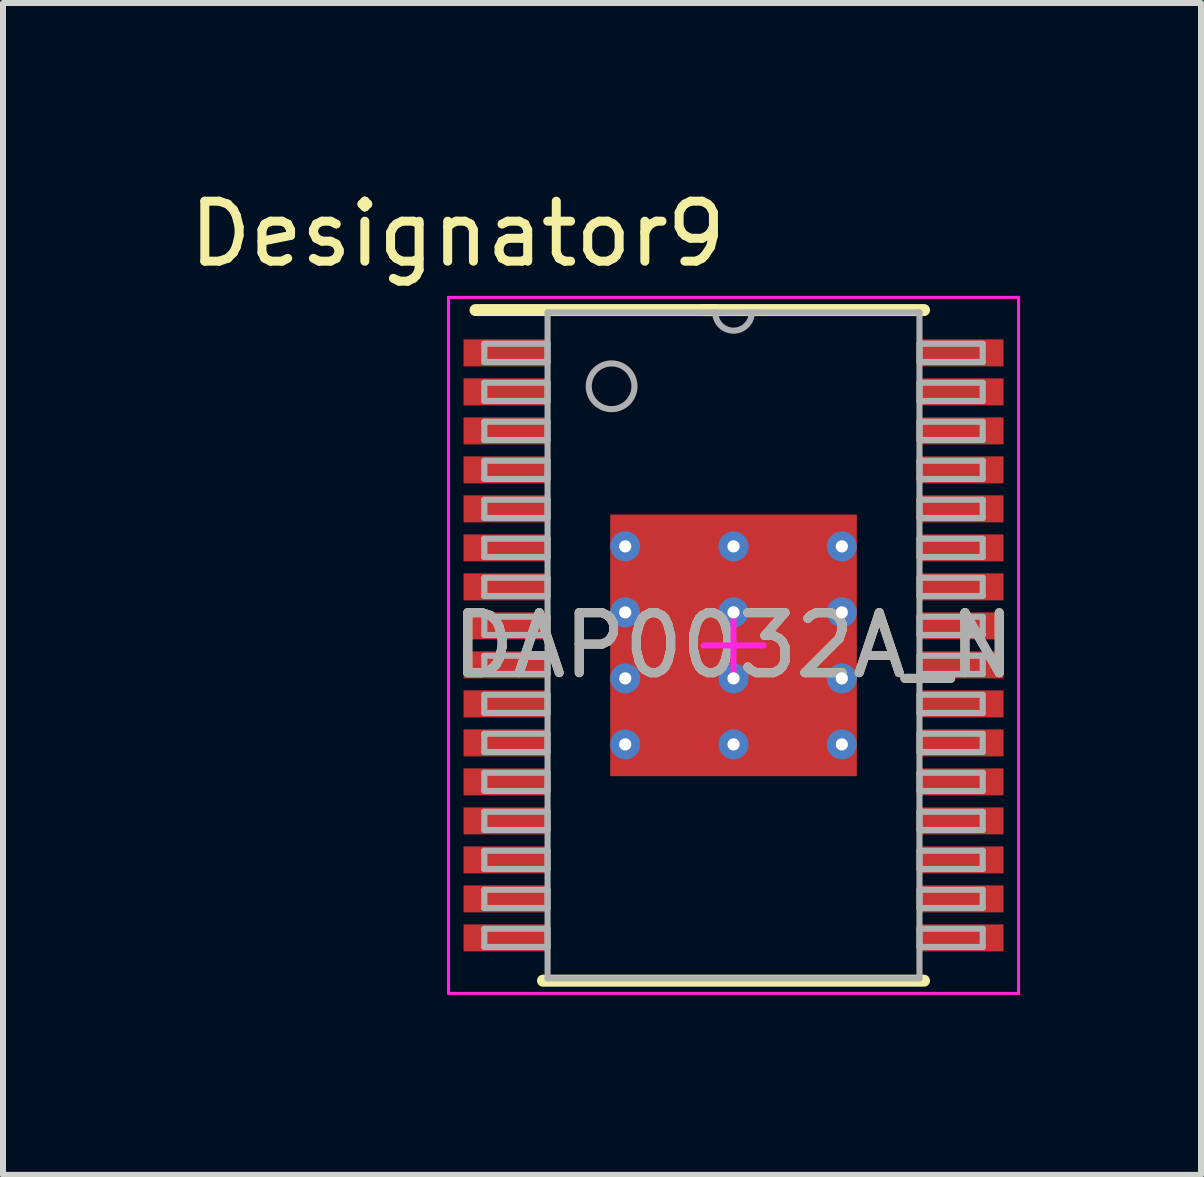
<source format=kicad_pcb>
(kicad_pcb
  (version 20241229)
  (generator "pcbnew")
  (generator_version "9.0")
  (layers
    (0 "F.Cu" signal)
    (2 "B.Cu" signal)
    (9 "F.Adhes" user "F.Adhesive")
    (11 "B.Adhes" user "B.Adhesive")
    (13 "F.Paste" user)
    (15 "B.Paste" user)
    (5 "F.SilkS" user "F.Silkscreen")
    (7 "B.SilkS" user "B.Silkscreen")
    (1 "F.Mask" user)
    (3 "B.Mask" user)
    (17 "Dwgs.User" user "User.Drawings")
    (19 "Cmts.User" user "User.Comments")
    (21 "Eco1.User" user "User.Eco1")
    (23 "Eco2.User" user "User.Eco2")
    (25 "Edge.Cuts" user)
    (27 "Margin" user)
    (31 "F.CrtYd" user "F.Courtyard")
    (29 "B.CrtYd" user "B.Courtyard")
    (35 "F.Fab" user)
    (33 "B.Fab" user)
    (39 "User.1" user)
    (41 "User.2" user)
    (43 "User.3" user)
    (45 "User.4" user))
  (footprint "DAP0032A_N"
    (layer "F.Cu")
    (at 9.175 7.706)
    (property "Reference" "DAP0032A_N" (at 0 0 0) (unlocked yes) (layer "F.SilkS") (effects (font (size 1 1) (thickness 0.15))))
    (attr smd)
    (fp_line (start -4.3 -5.588) (end -0.305 -5.588) (stroke (width 0.2) (type solid)) (layer "F.SilkS"))
    (fp_line (start -3.175 5.588) (end 3.175 5.588) (stroke (width 0.2) (type solid)) (layer "F.SilkS"))
    (fp_line (start -0.5 -5.588) (end 3.175 -5.588) (stroke (width 0.2) (type solid)) (layer "F.SilkS"))
    (fp_line (start -4.75 -5.8) (end 4.75 -5.8) (stroke (width 0.05) (type solid)) (layer "F.CrtYd"))
    (fp_line (start -4.75 5.8) (end -4.75 -5.8) (stroke (width 0.05) (type solid)) (layer "F.CrtYd"))
    (fp_line (start -4.75 5.8) (end 4.75 5.8) (stroke (width 0.05) (type solid)) (layer "F.CrtYd"))
    (fp_line (start -0.5 0) (end 0.5 0) (stroke (width 0.1) (type solid)) (layer "F.CrtYd"))
    (fp_line (start 0 0.5) (end 0 -0.5) (stroke (width 0.1) (type solid)) (layer "F.CrtYd"))
    (fp_line (start 4.75 5.8) (end 4.75 -5.8) (stroke (width 0.05) (type solid)) (layer "F.CrtYd"))
    (fp_line (start -4.153 -5.027) (end -3.099 -5.027) (stroke (width 0.102) (type solid)) (layer "F.Fab"))
    (fp_line (start -4.153 -4.723) (end -4.153 -5.027) (stroke (width 0.102) (type solid)) (layer "F.Fab"))
    (fp_line (start -4.153 -4.723) (end -3.099 -4.723) (stroke (width 0.102) (type solid)) (layer "F.Fab"))
    (fp_line (start -4.153 -4.377) (end -3.099 -4.377) (stroke (width 0.102) (type solid)) (layer "F.Fab"))
    (fp_line (start -4.153 -4.073) (end -4.153 -4.377) (stroke (width 0.102) (type solid)) (layer "F.Fab"))
    (fp_line (start -4.153 -4.073) (end -3.099 -4.073) (stroke (width 0.102) (type solid)) (layer "F.Fab"))
    (fp_line (start -4.153 -3.727) (end -3.099 -3.727) (stroke (width 0.102) (type solid)) (layer "F.Fab"))
    (fp_line (start -4.153 -3.423) (end -4.153 -3.727) (stroke (width 0.102) (type solid)) (layer "F.Fab"))
    (fp_line (start -4.153 -3.423) (end -3.099 -3.423) (stroke (width 0.102) (type solid)) (layer "F.Fab"))
    (fp_line (start -4.153 -3.077) (end -3.099 -3.077) (stroke (width 0.102) (type solid)) (layer "F.Fab"))
    (fp_line (start -4.153 -2.773) (end -4.153 -3.077) (stroke (width 0.102) (type solid)) (layer "F.Fab"))
    (fp_line (start -4.153 -2.773) (end -3.099 -2.773) (stroke (width 0.102) (type solid)) (layer "F.Fab"))
    (fp_line (start -4.153 -2.427) (end -3.099 -2.427) (stroke (width 0.102) (type solid)) (layer "F.Fab"))
    (fp_line (start -4.153 -2.123) (end -4.153 -2.427) (stroke (width 0.102) (type solid)) (layer "F.Fab"))
    (fp_line (start -4.153 -2.123) (end -3.099 -2.123) (stroke (width 0.102) (type solid)) (layer "F.Fab"))
    (fp_line (start -4.153 -1.777) (end -3.099 -1.777) (stroke (width 0.102) (type solid)) (layer "F.Fab"))
    (fp_line (start -4.153 -1.473) (end -4.153 -1.777) (stroke (width 0.102) (type solid)) (layer "F.Fab"))
    (fp_line (start -4.153 -1.473) (end -3.099 -1.473) (stroke (width 0.102) (type solid)) (layer "F.Fab"))
    (fp_line (start -4.153 -1.127) (end -3.099 -1.127) (stroke (width 0.102) (type solid)) (layer "F.Fab"))
    (fp_line (start -4.153 -0.823) (end -4.153 -1.127) (stroke (width 0.102) (type solid)) (layer "F.Fab"))
    (fp_line (start -4.153 -0.823) (end -3.099 -0.823) (stroke (width 0.102) (type solid)) (layer "F.Fab"))
    (fp_line (start -4.153 -0.477) (end -3.099 -0.477) (stroke (width 0.102) (type solid)) (layer "F.Fab"))
    (fp_line (start -4.153 -0.173) (end -4.153 -0.477) (stroke (width 0.102) (type solid)) (layer "F.Fab"))
    (fp_line (start -4.153 -0.173) (end -3.099 -0.173) (stroke (width 0.102) (type solid)) (layer "F.Fab"))
    (fp_line (start -4.153 0.173) (end -3.099 0.173) (stroke (width 0.102) (type solid)) (layer "F.Fab"))
    (fp_line (start -4.153 0.477) (end -4.153 0.173) (stroke (width 0.102) (type solid)) (layer "F.Fab"))
    (fp_line (start -4.153 0.477) (end -3.099 0.477) (stroke (width 0.102) (type solid)) (layer "F.Fab"))
    (fp_line (start -4.153 0.823) (end -3.099 0.823) (stroke (width 0.102) (type solid)) (layer "F.Fab"))
    (fp_line (start -4.153 1.127) (end -4.153 0.823) (stroke (width 0.102) (type solid)) (layer "F.Fab"))
    (fp_line (start -4.153 1.127) (end -3.099 1.127) (stroke (width 0.102) (type solid)) (layer "F.Fab"))
    (fp_line (start -4.153 1.473) (end -3.099 1.473) (stroke (width 0.102) (type solid)) (layer "F.Fab"))
    (fp_line (start -4.153 1.777) (end -4.153 1.473) (stroke (width 0.102) (type solid)) (layer "F.Fab"))
    (fp_line (start -4.153 1.777) (end -3.099 1.777) (stroke (width 0.102) (type solid)) (layer "F.Fab"))
    (fp_line (start -4.153 2.123) (end -3.099 2.123) (stroke (width 0.102) (type solid)) (layer "F.Fab"))
    (fp_line (start -4.153 2.427) (end -4.153 2.123) (stroke (width 0.102) (type solid)) (layer "F.Fab"))
    (fp_line (start -4.153 2.427) (end -3.099 2.427) (stroke (width 0.102) (type solid)) (layer "F.Fab"))
    (fp_line (start -4.153 2.773) (end -3.099 2.773) (stroke (width 0.102) (type solid)) (layer "F.Fab"))
    (fp_line (start -4.153 3.077) (end -4.153 2.773) (stroke (width 0.102) (type solid)) (layer "F.Fab"))
    (fp_line (start -4.153 3.077) (end -3.099 3.077) (stroke (width 0.102) (type solid)) (layer "F.Fab"))
    (fp_line (start -4.153 3.423) (end -3.099 3.423) (stroke (width 0.102) (type solid)) (layer "F.Fab"))
    (fp_line (start -4.153 3.727) (end -4.153 3.423) (stroke (width 0.102) (type solid)) (layer "F.Fab"))
    (fp_line (start -4.153 3.727) (end -3.099 3.727) (stroke (width 0.102) (type solid)) (layer "F.Fab"))
    (fp_line (start -4.153 4.073) (end -3.099 4.073) (stroke (width 0.102) (type solid)) (layer "F.Fab"))
    (fp_line (start -4.153 4.377) (end -4.153 4.073) (stroke (width 0.102) (type solid)) (layer "F.Fab"))
    (fp_line (start -4.153 4.377) (end -3.099 4.377) (stroke (width 0.102) (type solid)) (layer "F.Fab"))
    (fp_line (start -4.153 4.723) (end -3.099 4.723) (stroke (width 0.102) (type solid)) (layer "F.Fab"))
    (fp_line (start -4.153 5.027) (end -4.153 4.723) (stroke (width 0.102) (type solid)) (layer "F.Fab"))
    (fp_line (start -4.153 5.027) (end -3.099 5.027) (stroke (width 0.102) (type solid)) (layer "F.Fab"))
    (fp_line (start -3.099 -5.55) (end 3.099 -5.55) (stroke (width 0.102) (type solid)) (layer "F.Fab"))
    (fp_line (start -3.099 -4.723) (end -3.099 -5.027) (stroke (width 0.102) (type solid)) (layer "F.Fab"))
    (fp_line (start -3.099 -4.073) (end -3.099 -4.377) (stroke (width 0.102) (type solid)) (layer "F.Fab"))
    (fp_line (start -3.099 -3.423) (end -3.099 -3.727) (stroke (width 0.102) (type solid)) (layer "F.Fab"))
    (fp_line (start -3.099 -2.773) (end -3.099 -3.077) (stroke (width 0.102) (type solid)) (layer "F.Fab"))
    (fp_line (start -3.099 -2.123) (end -3.099 -2.427) (stroke (width 0.102) (type solid)) (layer "F.Fab"))
    (fp_line (start -3.099 -1.473) (end -3.099 -1.777) (stroke (width 0.102) (type solid)) (layer "F.Fab"))
    (fp_line (start -3.099 -0.823) (end -3.099 -1.127) (stroke (width 0.102) (type solid)) (layer "F.Fab"))
    (fp_line (start -3.099 -0.173) (end -3.099 -0.477) (stroke (width 0.102) (type solid)) (layer "F.Fab"))
    (fp_line (start -3.099 0.477) (end -3.099 0.173) (stroke (width 0.102) (type solid)) (layer "F.Fab"))
    (fp_line (start -3.099 1.127) (end -3.099 0.823) (stroke (width 0.102) (type solid)) (layer "F.Fab"))
    (fp_line (start -3.099 1.777) (end -3.099 1.473) (stroke (width 0.102) (type solid)) (layer "F.Fab"))
    (fp_line (start -3.099 2.427) (end -3.099 2.123) (stroke (width 0.102) (type solid)) (layer "F.Fab"))
    (fp_line (start -3.099 3.077) (end -3.099 2.773) (stroke (width 0.102) (type solid)) (layer "F.Fab"))
    (fp_line (start -3.099 3.727) (end -3.099 3.423) (stroke (width 0.102) (type solid)) (layer "F.Fab"))
    (fp_line (start -3.099 4.377) (end -3.099 4.073) (stroke (width 0.102) (type solid)) (layer "F.Fab"))
    (fp_line (start -3.099 5.027) (end -3.099 4.723) (stroke (width 0.102) (type solid)) (layer "F.Fab"))
    (fp_line (start -3.099 5.55) (end -3.099 -5.55) (stroke (width 0.102) (type solid)) (layer "F.Fab"))
    (fp_line (start -3.099 5.55) (end 3.099 5.55) (stroke (width 0.102) (type solid)) (layer "F.Fab"))
    (fp_line (start 3.099 -5.027) (end 4.153 -5.027) (stroke (width 0.102) (type solid)) (layer "F.Fab"))
    (fp_line (start 3.099 -4.723) (end 3.099 -5.027) (stroke (width 0.102) (type solid)) (layer "F.Fab"))
    (fp_line (start 3.099 -4.723) (end 4.153 -4.723) (stroke (width 0.102) (type solid)) (layer "F.Fab"))
    (fp_line (start 3.099 -4.377) (end 4.153 -4.377) (stroke (width 0.102) (type solid)) (layer "F.Fab"))
    (fp_line (start 3.099 -4.073) (end 3.099 -4.377) (stroke (width 0.102) (type solid)) (layer "F.Fab"))
    (fp_line (start 3.099 -4.073) (end 4.153 -4.073) (stroke (width 0.102) (type solid)) (layer "F.Fab"))
    (fp_line (start 3.099 -3.727) (end 4.153 -3.727) (stroke (width 0.102) (type solid)) (layer "F.Fab"))
    (fp_line (start 3.099 -3.423) (end 3.099 -3.727) (stroke (width 0.102) (type solid)) (layer "F.Fab"))
    (fp_line (start 3.099 -3.423) (end 4.153 -3.423) (stroke (width 0.102) (type solid)) (layer "F.Fab"))
    (fp_line (start 3.099 -3.077) (end 4.153 -3.077) (stroke (width 0.102) (type solid)) (layer "F.Fab"))
    (fp_line (start 3.099 -2.773) (end 3.099 -3.077) (stroke (width 0.102) (type solid)) (layer "F.Fab"))
    (fp_line (start 3.099 -2.773) (end 4.153 -2.773) (stroke (width 0.102) (type solid)) (layer "F.Fab"))
    (fp_line (start 3.099 -2.427) (end 4.153 -2.427) (stroke (width 0.102) (type solid)) (layer "F.Fab"))
    (fp_line (start 3.099 -2.123) (end 3.099 -2.427) (stroke (width 0.102) (type solid)) (layer "F.Fab"))
    (fp_line (start 3.099 -2.123) (end 4.153 -2.123) (stroke (width 0.102) (type solid)) (layer "F.Fab"))
    (fp_line (start 3.099 -1.777) (end 4.153 -1.777) (stroke (width 0.102) (type solid)) (layer "F.Fab"))
    (fp_line (start 3.099 -1.473) (end 3.099 -1.777) (stroke (width 0.102) (type solid)) (layer "F.Fab"))
    (fp_line (start 3.099 -1.473) (end 4.153 -1.473) (stroke (width 0.102) (type solid)) (layer "F.Fab"))
    (fp_line (start 3.099 -1.127) (end 4.153 -1.127) (stroke (width 0.102) (type solid)) (layer "F.Fab"))
    (fp_line (start 3.099 -0.823) (end 3.099 -1.127) (stroke (width 0.102) (type solid)) (layer "F.Fab"))
    (fp_line (start 3.099 -0.823) (end 4.153 -0.823) (stroke (width 0.102) (type solid)) (layer "F.Fab"))
    (fp_line (start 3.099 -0.477) (end 4.153 -0.477) (stroke (width 0.102) (type solid)) (layer "F.Fab"))
    (fp_line (start 3.099 -0.173) (end 3.099 -0.477) (stroke (width 0.102) (type solid)) (layer "F.Fab"))
    (fp_line (start 3.099 -0.173) (end 4.153 -0.173) (stroke (width 0.102) (type solid)) (layer "F.Fab"))
    (fp_line (start 3.099 0.173) (end 4.153 0.173) (stroke (width 0.102) (type solid)) (layer "F.Fab"))
    (fp_line (start 3.099 0.477) (end 3.099 0.173) (stroke (width 0.102) (type solid)) (layer "F.Fab"))
    (fp_line (start 3.099 0.477) (end 4.153 0.477) (stroke (width 0.102) (type solid)) (layer "F.Fab"))
    (fp_line (start 3.099 0.823) (end 4.153 0.823) (stroke (width 0.102) (type solid)) (layer "F.Fab"))
    (fp_line (start 3.099 1.127) (end 3.099 0.823) (stroke (width 0.102) (type solid)) (layer "F.Fab"))
    (fp_line (start 3.099 1.127) (end 4.153 1.127) (stroke (width 0.102) (type solid)) (layer "F.Fab"))
    (fp_line (start 3.099 1.473) (end 4.153 1.473) (stroke (width 0.102) (type solid)) (layer "F.Fab"))
    (fp_line (start 3.099 1.777) (end 3.099 1.473) (stroke (width 0.102) (type solid)) (layer "F.Fab"))
    (fp_line (start 3.099 1.777) (end 4.153 1.777) (stroke (width 0.102) (type solid)) (layer "F.Fab"))
    (fp_line (start 3.099 2.123) (end 4.153 2.123) (stroke (width 0.102) (type solid)) (layer "F.Fab"))
    (fp_line (start 3.099 2.427) (end 3.099 2.123) (stroke (width 0.102) (type solid)) (layer "F.Fab"))
    (fp_line (start 3.099 2.427) (end 4.153 2.427) (stroke (width 0.102) (type solid)) (layer "F.Fab"))
    (fp_line (start 3.099 2.773) (end 4.153 2.773) (stroke (width 0.102) (type solid)) (layer "F.Fab"))
    (fp_line (start 3.099 3.077) (end 3.099 2.773) (stroke (width 0.102) (type solid)) (layer "F.Fab"))
    (fp_line (start 3.099 3.077) (end 4.153 3.077) (stroke (width 0.102) (type solid)) (layer "F.Fab"))
    (fp_line (start 3.099 3.423) (end 4.153 3.423) (stroke (width 0.102) (type solid)) (layer "F.Fab"))
    (fp_line (start 3.099 3.727) (end 3.099 3.423) (stroke (width 0.102) (type solid)) (layer "F.Fab"))
    (fp_line (start 3.099 3.727) (end 4.153 3.727) (stroke (width 0.102) (type solid)) (layer "F.Fab"))
    (fp_line (start 3.099 4.073) (end 4.153 4.073) (stroke (width 0.102) (type solid)) (layer "F.Fab"))
    (fp_line (start 3.099 4.377) (end 3.099 4.073) (stroke (width 0.102) (type solid)) (layer "F.Fab"))
    (fp_line (start 3.099 4.377) (end 4.153 4.377) (stroke (width 0.102) (type solid)) (layer "F.Fab"))
    (fp_line (start 3.099 4.723) (end 4.153 4.723) (stroke (width 0.102) (type solid)) (layer "F.Fab"))
    (fp_line (start 3.099 5.027) (end 3.099 4.723) (stroke (width 0.102) (type solid)) (layer "F.Fab"))
    (fp_line (start 3.099 5.027) (end 4.153 5.027) (stroke (width 0.102) (type solid)) (layer "F.Fab"))
    (fp_line (start 3.099 5.55) (end 3.099 -5.55) (stroke (width 0.102) (type solid)) (layer "F.Fab"))
    (fp_line (start 4.153 -4.723) (end 4.153 -5.027) (stroke (width 0.102) (type solid)) (layer "F.Fab"))
    (fp_line (start 4.153 -4.073) (end 4.153 -4.377) (stroke (width 0.102) (type solid)) (layer "F.Fab"))
    (fp_line (start 4.153 -3.423) (end 4.153 -3.727) (stroke (width 0.102) (type solid)) (layer "F.Fab"))
    (fp_line (start 4.153 -2.773) (end 4.153 -3.077) (stroke (width 0.102) (type solid)) (layer "F.Fab"))
    (fp_line (start 4.153 -2.123) (end 4.153 -2.427) (stroke (width 0.102) (type solid)) (layer "F.Fab"))
    (fp_line (start 4.153 -1.473) (end 4.153 -1.777) (stroke (width 0.102) (type solid)) (layer "F.Fab"))
    (fp_line (start 4.153 -0.823) (end 4.153 -1.127) (stroke (width 0.102) (type solid)) (layer "F.Fab"))
    (fp_line (start 4.153 -0.173) (end 4.153 -0.477) (stroke (width 0.102) (type solid)) (layer "F.Fab"))
    (fp_line (start 4.153 0.477) (end 4.153 0.173) (stroke (width 0.102) (type solid)) (layer "F.Fab"))
    (fp_line (start 4.153 1.127) (end 4.153 0.823) (stroke (width 0.102) (type solid)) (layer "F.Fab"))
    (fp_line (start 4.153 1.777) (end 4.153 1.473) (stroke (width 0.102) (type solid)) (layer "F.Fab"))
    (fp_line (start 4.153 2.427) (end 4.153 2.123) (stroke (width 0.102) (type solid)) (layer "F.Fab"))
    (fp_line (start 4.153 3.077) (end 4.153 2.773) (stroke (width 0.102) (type solid)) (layer "F.Fab"))
    (fp_line (start 4.153 3.727) (end 4.153 3.423) (stroke (width 0.102) (type solid)) (layer "F.Fab"))
    (fp_line (start 4.153 4.377) (end 4.153 4.073) (stroke (width 0.102) (type solid)) (layer "F.Fab"))
    (fp_line (start 4.153 5.027) (end 4.153 4.723) (stroke (width 0.102) (type solid)) (layer "F.Fab"))
    (fp_arc (start 0.3048 -5.5499) (mid 0 -5.2451) (end -0.3048 -5.5499) (stroke (width 0.1016) (type solid)) (layer "F.Fab"))
    (fp_circle (center -2.032 -4.318) (end -1.651 -4.318) (stroke (width 0.102) (type solid)) (fill no) (layer "F.Fab"))
    (fp_text user "Designator9" (at -4.597 -6.858 0) (unlocked yes) (layer "F.SilkS") (effects (font (size 1 1) (thickness 0.15))))
    (fp_text user "${REFERENCE}" (at 0 0 0) (unlocked yes) (layer "F.Fab") (effects (font (size 1 1) (thickness 0.15))))
    (pad "1" smd rect (at -3.8 -4.875 90) (size 0.45 1.4) (layers "F.Cu" "F.Mask" "F.Paste"))
    (pad "2" smd rect (at -3.8 -4.225 90) (size 0.45 1.4) (layers "F.Cu" "F.Mask" "F.Paste"))
    (pad "3" smd rect (at -3.8 -3.575 90) (size 0.45 1.4) (layers "F.Cu" "F.Mask" "F.Paste"))
    (pad "4" smd rect (at -3.8 -2.925 90) (size 0.45 1.4) (layers "F.Cu" "F.Mask" "F.Paste"))
    (pad "5" smd rect (at -3.8 -2.275 90) (size 0.45 1.4) (layers "F.Cu" "F.Mask" "F.Paste"))
    (pad "6" smd rect (at -3.8 -1.625 90) (size 0.45 1.4) (layers "F.Cu" "F.Mask" "F.Paste"))
    (pad "7" smd rect (at -3.8 -0.975 90) (size 0.45 1.4) (layers "F.Cu" "F.Mask" "F.Paste"))
    (pad "8" smd rect (at -3.8 -0.325 90) (size 0.45 1.4) (layers "F.Cu" "F.Mask" "F.Paste"))
    (pad "9" smd rect (at -3.8 0.325 90) (size 0.45 1.4) (layers "F.Cu" "F.Mask" "F.Paste"))
    (pad "10" smd rect (at -3.8 0.975 90) (size 0.45 1.4) (layers "F.Cu" "F.Mask" "F.Paste"))
    (pad "11" smd rect (at -3.8 1.625 90) (size 0.45 1.4) (layers "F.Cu" "F.Mask" "F.Paste"))
    (pad "12" smd rect (at -3.8 2.275 90) (size 0.45 1.4) (layers "F.Cu" "F.Mask" "F.Paste"))
    (pad "13" smd rect (at -3.8 2.925 90) (size 0.45 1.4) (layers "F.Cu" "F.Mask" "F.Paste"))
    (pad "14" smd rect (at -3.8 3.575 90) (size 0.45 1.4) (layers "F.Cu" "F.Mask" "F.Paste"))
    (pad "15" smd rect (at -3.8 4.225 90) (size 0.45 1.4) (layers "F.Cu" "F.Mask" "F.Paste"))
    (pad "16" smd rect (at -3.8 4.875 90) (size 0.45 1.4) (layers "F.Cu" "F.Mask" "F.Paste"))
    (pad "17" smd rect (at 3.8 4.875 90) (size 0.45 1.4) (layers "F.Cu" "F.Mask" "F.Paste"))
    (pad "18" smd rect (at 3.8 4.225 90) (size 0.45 1.4) (layers "F.Cu" "F.Mask" "F.Paste"))
    (pad "19" smd rect (at 3.8 3.575 90) (size 0.45 1.4) (layers "F.Cu" "F.Mask" "F.Paste"))
    (pad "20" smd rect (at 3.8 2.925 90) (size 0.45 1.4) (layers "F.Cu" "F.Mask" "F.Paste"))
    (pad "21" smd rect (at 3.8 2.275 90) (size 0.45 1.4) (layers "F.Cu" "F.Mask" "F.Paste"))
    (pad "22" smd rect (at 3.8 1.625 90) (size 0.45 1.4) (layers "F.Cu" "F.Mask" "F.Paste"))
    (pad "23" smd rect (at 3.8 0.975 90) (size 0.45 1.4) (layers "F.Cu" "F.Mask" "F.Paste"))
    (pad "24" smd rect (at 3.8 0.325 90) (size 0.45 1.4) (layers "F.Cu" "F.Mask" "F.Paste"))
    (pad "25" smd rect (at 3.8 -0.325 90) (size 0.45 1.4) (layers "F.Cu" "F.Mask" "F.Paste"))
    (pad "26" smd rect (at 3.8 -0.975 90) (size 0.45 1.4) (layers "F.Cu" "F.Mask" "F.Paste"))
    (pad "27" smd rect (at 3.8 -1.625 90) (size 0.45 1.4) (layers "F.Cu" "F.Mask" "F.Paste"))
    (pad "28" smd rect (at 3.8 -2.275 90) (size 0.45 1.4) (layers "F.Cu" "F.Mask" "F.Paste"))
    (pad "29" smd rect (at 3.8 -2.925 90) (size 0.45 1.4) (layers "F.Cu" "F.Mask" "F.Paste"))
    (pad "30" smd rect (at 3.8 -3.575 90) (size 0.45 1.4) (layers "F.Cu" "F.Mask" "F.Paste"))
    (pad "31" smd rect (at 3.8 -4.225 90) (size 0.45 1.4) (layers "F.Cu" "F.Mask" "F.Paste"))
    (pad "32" smd rect (at 3.8 -4.875 90) (size 0.45 1.4) (layers "F.Cu" "F.Mask" "F.Paste"))
    (pad "33" smd rect (at 0 0) (size 4.11 4.36) (layers "F.Cu" "F.Mask" "F.Paste"))
    (pad "V" thru_hole circle (at -1.805 -1.65) (size 0.5 0.5) (drill 0.203) (layers "*.Cu" "*.Mask"))
    (pad "V" thru_hole circle (at -1.805 -0.55) (size 0.5 0.5) (drill 0.203) (layers "*.Cu" "*.Mask"))
    (pad "V" thru_hole circle (at -1.805 0.55) (size 0.5 0.5) (drill 0.203) (layers "*.Cu" "*.Mask"))
    (pad "V" thru_hole circle (at -1.805 1.65) (size 0.5 0.5) (drill 0.203) (layers "*.Cu" "*.Mask"))
    (pad "V" thru_hole circle (at 0 -1.65) (size 0.5 0.5) (drill 0.203) (layers "*.Cu" "*.Mask"))
    (pad "V" thru_hole circle (at 0 -0.55) (size 0.5 0.5) (drill 0.203) (layers "*.Cu" "*.Mask"))
    (pad "V" thru_hole circle (at 0 0.55) (size 0.5 0.5) (drill 0.203) (layers "*.Cu" "*.Mask"))
    (pad "V" thru_hole circle (at 0 1.65) (size 0.5 0.5) (drill 0.203) (layers "*.Cu" "*.Mask"))
    (pad "V" thru_hole circle (at 1.805 -1.65) (size 0.5 0.5) (drill 0.203) (layers "*.Cu" "*.Mask"))
    (pad "V" thru_hole circle (at 1.805 -0.55) (size 0.5 0.5) (drill 0.203) (layers "*.Cu" "*.Mask"))
    (pad "V" thru_hole circle (at 1.805 0.55) (size 0.5 0.5) (drill 0.203) (layers "*.Cu" "*.Mask"))
    (pad "V" thru_hole circle (at 1.805 1.65) (size 0.5 0.5) (drill 0.203) (layers "*.Cu" "*.Mask")))
  (gr_rect
    (start -3 -3)
    (end 16.966 16.531)
    (stroke (width 0.1) (type default))
    (fill no)
    (layer "Edge.Cuts")))
</source>
